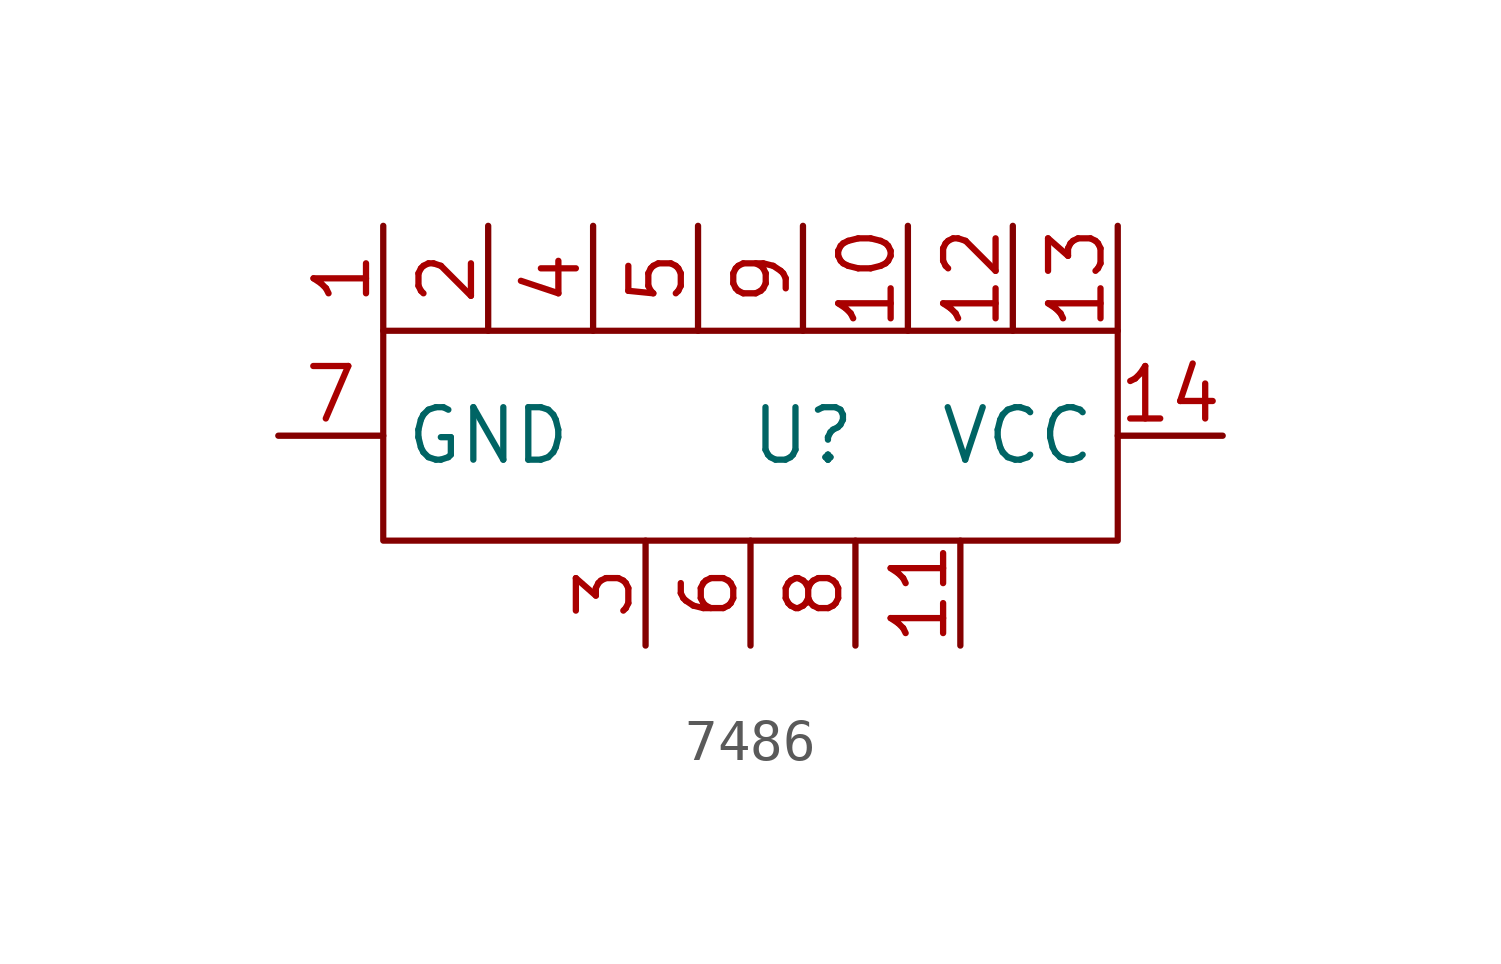
<source format=kicad_sym>
(kicad_symbol_lib
  (version 20231120)
  (generator "kicad_symbol_editor")
  (generator_version "8.0")
  (symbol "7486"
    (property "Reference" "U"
      (at 0 0 0)
      (effects (font (size 1.27 1.27))))
    (property "Value" ""
      (at 0 0 0)
      (effects (font (size 1.27 1.27))))
    (symbol "7486_1_1"
      (rectangle (start -10.16 2.54) (end 7.62 -2.54) (stroke (width 0.15) (type default)) (fill (type none)))
      (pin input line (at -10.16 5.08 270) (length 2.54) (name "" (effects (font (size 1.27 1.27)))) (number "1" (effects (font (size 1.27 1.27)))))
      (pin input line (at 2.54 5.08 270) (length 2.54) (name "" (effects (font (size 1.27 1.27)))) (number "10" (effects (font (size 1.27 1.27)))))
      (pin output line (at 3.81 -5.08 90) (length 2.54) (name "" (effects (font (size 1.27 1.27)))) (number "11" (effects (font (size 1.27 1.27)))))
      (pin input line (at 5.08 5.08 270) (length 2.54) (name "" (effects (font (size 1.27 1.27)))) (number "12" (effects (font (size 1.27 1.27)))))
      (pin input line (at 7.62 5.08 270) (length 2.54) (name "" (effects (font (size 1.27 1.27)))) (number "13" (effects (font (size 1.27 1.27)))))
      (pin power_in line (at 10.16 0 180) (length 2.54) (name "VCC" (effects (font (size 1.27 1.27)))) (number "14" (effects (font (size 1.27 1.27)))))
      (pin input line (at -7.62 5.08 270) (length 2.54) (name "" (effects (font (size 1.27 1.27)))) (number "2" (effects (font (size 1.27 1.27)))))
      (pin output line (at -3.81 -5.08 90) (length 2.54) (name "" (effects (font (size 1.27 1.27)))) (number "3" (effects (font (size 1.27 1.27)))))
      (pin input line (at -5.08 5.08 270) (length 2.54) (name "" (effects (font (size 1.27 1.27)))) (number "4" (effects (font (size 1.27 1.27)))))
      (pin input line (at -2.54 5.08 270) (length 2.54) (name "" (effects (font (size 1.27 1.27)))) (number "5" (effects (font (size 1.27 1.27)))))
      (pin output line (at -1.27 -5.08 90) (length 2.54) (name "" (effects (font (size 1.27 1.27)))) (number "6" (effects (font (size 1.27 1.27)))))
      (pin power_in line (at -12.7 0 0) (length 2.54) (name "GND" (effects (font (size 1.27 1.27)))) (number "7" (effects (font (size 1.27 1.27)))))
      (pin output line (at 1.27 -5.08 90) (length 2.54) (name "" (effects (font (size 1.27 1.27)))) (number "8" (effects (font (size 1.27 1.27)))))
      (pin input line (at 0 5.08 270) (length 2.54) (name "" (effects (font (size 1.27 1.27)))) (number "9" (effects (font (size 1.27 1.27))))))))
</source>
